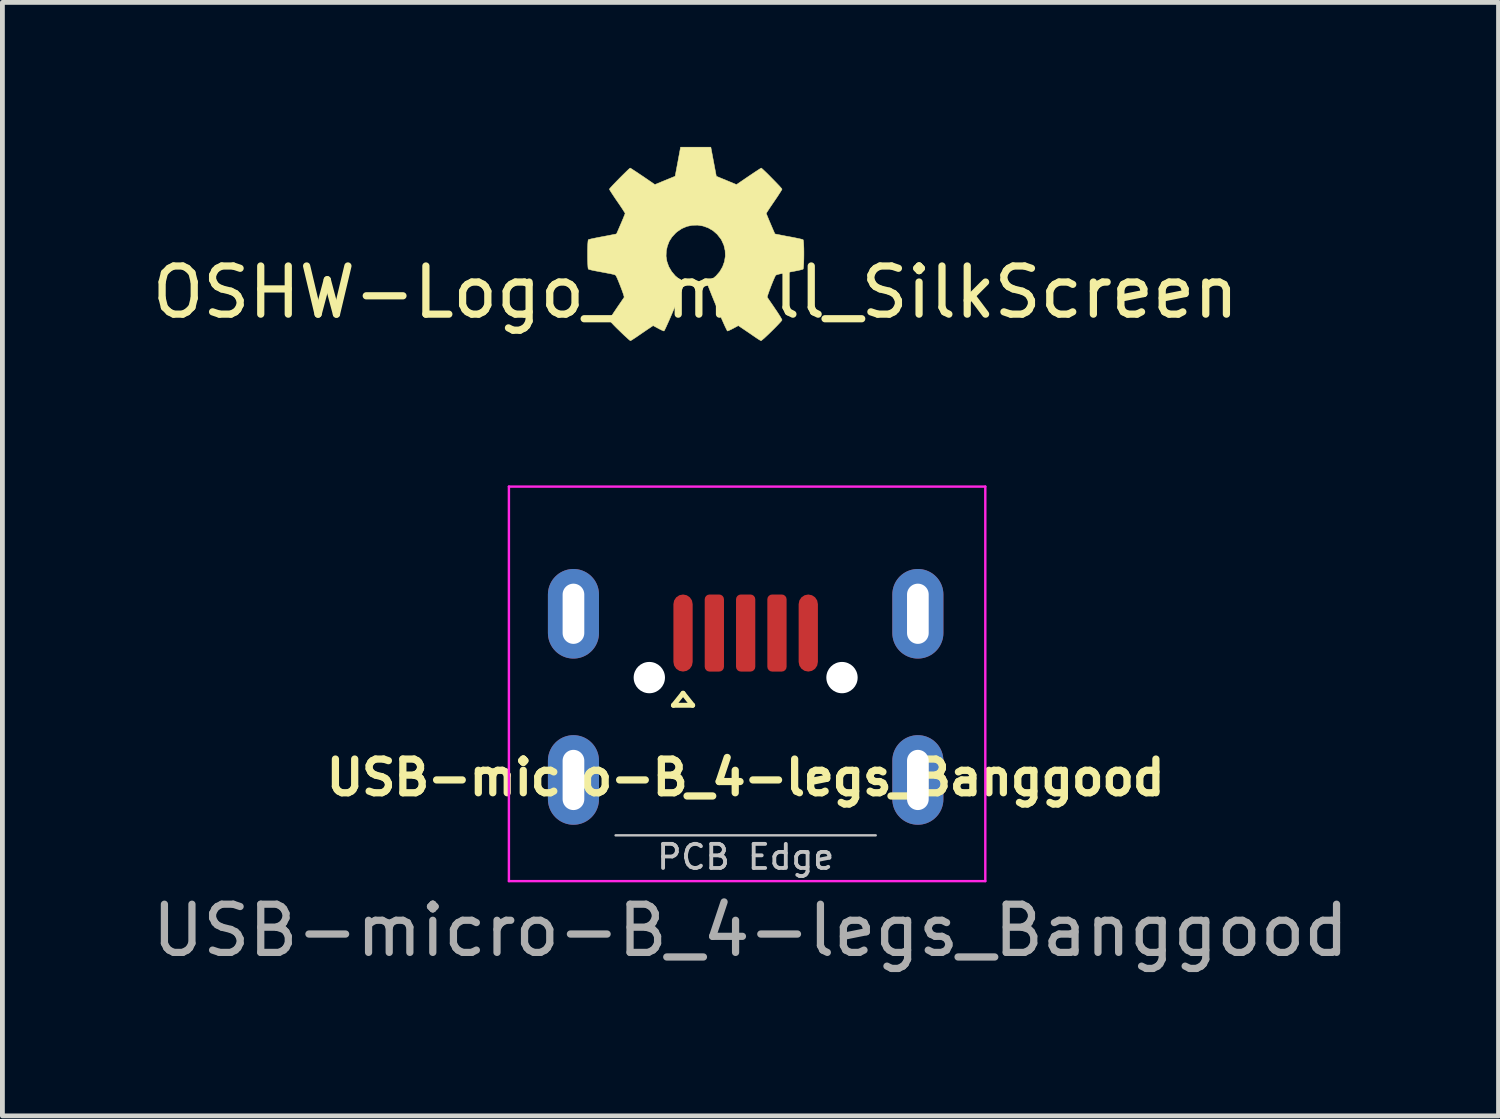
<source format=kicad_pcb>
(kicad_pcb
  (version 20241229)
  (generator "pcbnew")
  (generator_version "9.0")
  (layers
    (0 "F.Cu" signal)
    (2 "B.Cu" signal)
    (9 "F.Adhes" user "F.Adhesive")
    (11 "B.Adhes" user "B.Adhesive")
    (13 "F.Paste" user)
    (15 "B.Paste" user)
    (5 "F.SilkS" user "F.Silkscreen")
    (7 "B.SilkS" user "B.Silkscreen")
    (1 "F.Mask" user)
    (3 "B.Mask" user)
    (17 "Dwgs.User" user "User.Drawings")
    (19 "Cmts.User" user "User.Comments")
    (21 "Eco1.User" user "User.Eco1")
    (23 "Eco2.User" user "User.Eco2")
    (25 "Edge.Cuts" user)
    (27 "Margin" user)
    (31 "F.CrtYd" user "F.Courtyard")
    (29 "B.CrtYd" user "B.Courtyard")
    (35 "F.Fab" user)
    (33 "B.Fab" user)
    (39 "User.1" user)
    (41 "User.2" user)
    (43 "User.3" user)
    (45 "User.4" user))
  (footprint "USB-micro-B_4-legs_Banggood"
    (layer "F.Cu")
    (at 12.43 14.292)
    (property "Reference" "USB-micro-B_4-legs_Banggood" (at 0 -1.2 0) (layer "F.SilkS") (effects (font (size 0.7 0.7) (thickness 0.15))))
    (attr smd)
    (fp_line (start -1.5 -2.7) (end -1.3 -2.95) (stroke (width 0.102) (type solid)) (layer "F.SilkS"))
    (fp_line (start -1.3 -2.95) (end -1.1 -2.7) (stroke (width 0.102) (type solid)) (layer "F.SilkS"))
    (fp_line (start -1.1 -2.7) (end -1.5 -2.7) (stroke (width 0.102) (type solid)) (layer "F.SilkS"))
    (fp_line (start -2.7 0) (end 2.7 0) (stroke (width 0.05) (type solid)) (layer "Dwgs.User"))
    (fp_line (start -4.915 -7.24) (end -4.915 0.95) (stroke (width 0.05) (type solid)) (layer "F.CrtYd"))
    (fp_line (start -4.915 0.95) (end 4.975 0.95) (stroke (width 0.05) (type solid)) (layer "F.CrtYd"))
    (fp_line (start 4.975 -7.24) (end -4.915 -7.24) (stroke (width 0.05) (type solid)) (layer "F.CrtYd"))
    (fp_line (start 4.975 0.95) (end 4.975 -7.24) (stroke (width 0.05) (type solid)) (layer "F.CrtYd"))
    (fp_text user "PCB Edge" (at 0 0.45 0) (layer "Dwgs.User") (effects (font (size 0.5 0.5) (thickness 0.08))))
    (fp_text user "${REFERENCE}" (at 0.1 1.975 0) (layer "F.Fab") (effects (font (size 1 1) (thickness 0.15))))
    (pad "" np_thru_hole oval (at -2 -3.275) (size 0.65 0.65) (drill 0.65) (layers "*.Cu" "*.Mask"))
    (pad "" np_thru_hole oval (at 2 -3.275) (size 0.65 0.65) (drill 0.65) (layers "*.Cu" "*.Mask"))
    (pad "1" smd roundrect (at -1.3 -4.2) (size 0.4 1.6) (layers "F.Cu" "F.Mask" "F.Paste") (roundrect_rratio 0.5))
    (pad "2" smd roundrect (at -0.65 -4.2) (size 0.4 1.6) (layers "F.Cu" "F.Mask" "F.Paste") (roundrect_rratio 0.25))
    (pad "3" smd roundrect (at 0 -4.2) (size 0.4 1.6) (layers "F.Cu" "F.Mask" "F.Paste") (roundrect_rratio 0.25))
    (pad "4" smd roundrect (at 0.65 -4.2) (size 0.4 1.6) (layers "F.Cu" "F.Mask" "F.Paste") (roundrect_rratio 0.25))
    (pad "5" smd roundrect (at 1.3 -4.2) (size 0.4 1.6) (layers "F.Cu" "F.Mask" "F.Paste") (roundrect_rratio 0.5))
    (pad "6" thru_hole oval (at -3.575 -4.6) (size 1.06 1.86) (drill oval 0.45 1.25) (layers "*.Cu" "*.Mask"))
    (pad "6" thru_hole oval (at -3.575 -1.15) (size 1.06 1.86) (drill oval 0.45 1.25) (layers "*.Cu" "*.Mask"))
    (pad "6" thru_hole oval (at 3.575 -4.6) (size 1.06 1.86) (drill oval 0.45 1.25) (layers "*.Cu" "*.Mask"))
    (pad "6" thru_hole oval (at 3.575 -1.15) (size 1.06 1.86) (drill oval 0.45 1.25) (layers "*.Cu" "*.Mask")))
  (footprint "OSHW-Logo_Small_SilkScreen"
    (layer "F.Cu")
    (at 11.387 3.017)
    (property "Reference" "OSHW-Logo_Small_SilkScreen" (at 0 0 0) (layer "F.SilkS") (effects (font (size 1 1) (thickness 0.15))))
    (attr exclude_from_pos_files exclude_from_bom)
    (fp_poly (pts (xy 0.377 -2.71) (xy 0.434 -2.408) (xy 0.853 -2.235) (xy 1.105 -2.407) (xy 1.175 -2.454) (xy 1.239 -2.497) (xy 1.293 -2.532) (xy 1.334 -2.559) (xy 1.36 -2.574) (xy 1.367 -2.578) (xy 1.379 -2.569) (xy 1.406 -2.545) (xy 1.444 -2.509) (xy 1.491 -2.464) (xy 1.542 -2.413) (xy 1.596 -2.358) (xy 1.649 -2.304) (xy 1.698 -2.253) (xy 1.741 -2.208) (xy 1.773 -2.172) (xy 1.793 -2.148) (xy 1.798 -2.14) (xy 1.791 -2.125) (xy 1.772 -2.093) (xy 1.742 -2.047) (xy 1.705 -1.989) (xy 1.66 -1.923) (xy 1.635 -1.886) (xy 1.588 -1.817) (xy 1.546 -1.755) (xy 1.512 -1.703) (xy 1.487 -1.664) (xy 1.473 -1.641) (xy 1.471 -1.636) (xy 1.476 -1.622) (xy 1.489 -1.59) (xy 1.508 -1.544) (xy 1.531 -1.488) (xy 1.557 -1.427) (xy 1.583 -1.366) (xy 1.607 -1.31) (xy 1.628 -1.262) (xy 1.643 -1.228) (xy 1.651 -1.211) (xy 1.652 -1.211) (xy 1.665 -1.208) (xy 1.699 -1.201) (xy 1.75 -1.191) (xy 1.816 -1.178) (xy 1.893 -1.163) (xy 1.937 -1.155) (xy 2.019 -1.14) (xy 2.093 -1.125) (xy 2.155 -1.112) (xy 2.202 -1.101) (xy 2.23 -1.093) (xy 2.235 -1.091) (xy 2.241 -1.074) (xy 2.245 -1.037) (xy 2.248 -0.983) (xy 2.251 -0.917) (xy 2.252 -0.844) (xy 2.252 -0.767) (xy 2.251 -0.691) (xy 2.249 -0.621) (xy 2.246 -0.56) (xy 2.243 -0.514) (xy 2.238 -0.486) (xy 2.235 -0.48) (xy 2.217 -0.473) (xy 2.179 -0.463) (xy 2.127 -0.451) (xy 2.065 -0.439) (xy 2.043 -0.435) (xy 1.938 -0.415) (xy 1.855 -0.4) (xy 1.792 -0.388) (xy 1.745 -0.378) (xy 1.711 -0.37) (xy 1.689 -0.363) (xy 1.676 -0.357) (xy 1.667 -0.351) (xy 1.666 -0.35) (xy 1.655 -0.331) (xy 1.638 -0.294) (xy 1.616 -0.244) (xy 1.592 -0.185) (xy 1.567 -0.121) (xy 1.543 -0.058) (xy 1.522 0.001) (xy 1.505 0.05) (xy 1.494 0.086) (xy 1.492 0.104) (xy 1.492 0.104) (xy 1.501 0.119) (xy 1.523 0.151) (xy 1.554 0.197) (xy 1.593 0.253) (xy 1.637 0.318) (xy 1.649 0.336) (xy 1.694 0.402) (xy 1.733 0.462) (xy 1.765 0.513) (xy 1.787 0.552) (xy 1.798 0.574) (xy 1.798 0.576) (xy 1.789 0.591) (xy 1.765 0.619) (xy 1.729 0.658) (xy 1.683 0.706) (xy 1.632 0.758) (xy 1.577 0.812) (xy 1.523 0.865) (xy 1.472 0.913) (xy 1.427 0.955) (xy 1.391 0.985) (xy 1.368 1.003) (xy 1.362 1.006) (xy 1.347 0.999) (xy 1.316 0.981) (xy 1.275 0.954) (xy 1.244 0.933) (xy 1.187 0.894) (xy 1.119 0.847) (xy 1.051 0.801) (xy 1.014 0.776) (xy 0.891 0.693) (xy 0.787 0.749) (xy 0.74 0.773) (xy 0.7 0.792) (xy 0.672 0.803) (xy 0.665 0.805) (xy 0.657 0.794) (xy 0.641 0.762) (xy 0.617 0.713) (xy 0.588 0.649) (xy 0.555 0.574) (xy 0.518 0.489) (xy 0.48 0.399) (xy 0.441 0.306) (xy 0.402 0.213) (xy 0.365 0.123) (xy 0.331 0.039) (xy 0.301 -0.037) (xy 0.276 -0.1) (xy 0.258 -0.15) (xy 0.248 -0.182) (xy 0.246 -0.193) (xy 0.259 -0.206) (xy 0.288 -0.229) (xy 0.325 -0.256) (xy 0.329 -0.258) (xy 0.426 -0.336) (xy 0.505 -0.427) (xy 0.564 -0.528) (xy 0.603 -0.637) (xy 0.621 -0.749) (xy 0.617 -0.863) (xy 0.591 -0.976) (xy 0.542 -1.084) (xy 0.527 -1.108) (xy 0.452 -1.203) (xy 0.364 -1.28) (xy 0.265 -1.337) (xy 0.158 -1.375) (xy 0.047 -1.393) (xy -0.066 -1.39) (xy -0.176 -1.367) (xy -0.282 -1.322) (xy -0.38 -1.256) (xy -0.41 -1.23) (xy -0.488 -1.145) (xy -0.544 -1.057) (xy -0.582 -0.958) (xy -0.604 -0.86) (xy -0.609 -0.749) (xy -0.591 -0.638) (xy -0.553 -0.531) (xy -0.494 -0.43) (xy -0.418 -0.34) (xy -0.327 -0.264) (xy -0.315 -0.256) (xy -0.277 -0.23) (xy -0.248 -0.207) (xy -0.234 -0.193) (xy -0.234 -0.193) (xy -0.237 -0.177) (xy -0.248 -0.141) (xy -0.268 -0.089) (xy -0.293 -0.023) (xy -0.324 0.055) (xy -0.359 0.14) (xy -0.397 0.231) (xy -0.436 0.325) (xy -0.475 0.417) (xy -0.513 0.506) (xy -0.549 0.589) (xy -0.582 0.662) (xy -0.61 0.724) (xy -0.632 0.77) (xy -0.647 0.797) (xy -0.653 0.805) (xy -0.671 0.799) (xy -0.706 0.784) (xy -0.75 0.762) (xy -0.774 0.749) (xy -0.878 0.693) (xy -1.002 0.776) (xy -1.065 0.819) (xy -1.134 0.866) (xy -1.199 0.911) (xy -1.231 0.933) (xy -1.277 0.963) (xy -1.315 0.988) (xy -1.342 1.003) (xy -1.351 1.006) (xy -1.363 0.997) (xy -1.391 0.974) (xy -1.431 0.937) (xy -1.482 0.891) (xy -1.539 0.836) (xy -1.575 0.801) (xy -1.639 0.739) (xy -1.694 0.683) (xy -1.738 0.636) (xy -1.769 0.601) (xy -1.784 0.579) (xy -1.786 0.575) (xy -1.779 0.558) (xy -1.76 0.524) (xy -1.73 0.476) (xy -1.693 0.419) (xy -1.649 0.354) (xy -1.637 0.336) (xy -1.592 0.27) (xy -1.551 0.211) (xy -1.518 0.162) (xy -1.493 0.126) (xy -1.481 0.107) (xy -1.479 0.104) (xy -1.481 0.089) (xy -1.491 0.055) (xy -1.507 0.006) (xy -1.528 -0.052) (xy -1.552 -0.115) (xy -1.577 -0.178) (xy -1.601 -0.238) (xy -1.623 -0.29) (xy -1.641 -0.328) (xy -1.653 -0.349) (xy -1.654 -0.35) (xy -1.661 -0.356) (xy -1.674 -0.362) (xy -1.694 -0.369) (xy -1.725 -0.376) (xy -1.769 -0.386) (xy -1.829 -0.397) (xy -1.908 -0.412) (xy -2.009 -0.431) (xy -2.03 -0.435) (xy -2.095 -0.447) (xy -2.151 -0.459) (xy -2.194 -0.47) (xy -2.219 -0.478) (xy -2.222 -0.48) (xy -2.228 -0.497) (xy -2.232 -0.534) (xy -2.235 -0.588) (xy -2.238 -0.654) (xy -2.239 -0.728) (xy -2.239 -0.804) (xy -2.239 -0.88) (xy -2.237 -0.95) (xy -2.234 -1.011) (xy -2.23 -1.057) (xy -2.225 -1.085) (xy -2.223 -1.091) (xy -2.206 -1.096) (xy -2.169 -1.106) (xy -2.114 -1.118) (xy -2.045 -1.132) (xy -1.967 -1.147) (xy -1.925 -1.155) (xy -1.844 -1.17) (xy -1.772 -1.184) (xy -1.712 -1.196) (xy -1.668 -1.204) (xy -1.643 -1.21) (xy -1.639 -1.211) (xy -1.633 -1.224) (xy -1.618 -1.256) (xy -1.598 -1.302) (xy -1.574 -1.358) (xy -1.548 -1.418) (xy -1.522 -1.479) (xy -1.498 -1.536) (xy -1.479 -1.584) (xy -1.465 -1.619) (xy -1.459 -1.636) (xy -1.459 -1.637) (xy -1.465 -1.65) (xy -1.485 -1.681) (xy -1.514 -1.727) (xy -1.552 -1.784) (xy -1.596 -1.849) (xy -1.622 -1.886) (xy -1.669 -1.955) (xy -1.71 -2.017) (xy -1.745 -2.07) (xy -1.77 -2.11) (xy -1.784 -2.135) (xy -1.786 -2.14) (xy -1.777 -2.153) (xy -1.754 -2.18) (xy -1.718 -2.219) (xy -1.673 -2.266) (xy -1.623 -2.318) (xy -1.569 -2.373) (xy -1.516 -2.426) (xy -1.465 -2.476) (xy -1.421 -2.519) (xy -1.385 -2.553) (xy -1.362 -2.573) (xy -1.354 -2.578) (xy -1.341 -2.571) (xy -1.311 -2.552) (xy -1.265 -2.522) (xy -1.208 -2.485) (xy -1.142 -2.44) (xy -1.092 -2.407) (xy -0.841 -2.235) (xy -0.631 -2.322) (xy -0.421 -2.408) (xy -0.364 -2.71) (xy -0.308 -3.012) (xy 0.32 -3.012) (xy 0.377 -2.71)) (stroke (width 0.01) (type solid)) (fill yes) (layer "F.SilkS")))
  (gr_rect
    (start -3 -3)
    (end 28.06 20.116)
    (stroke (width 0.1) (type default))
    (fill no)
    (layer "Edge.Cuts")))
</source>
